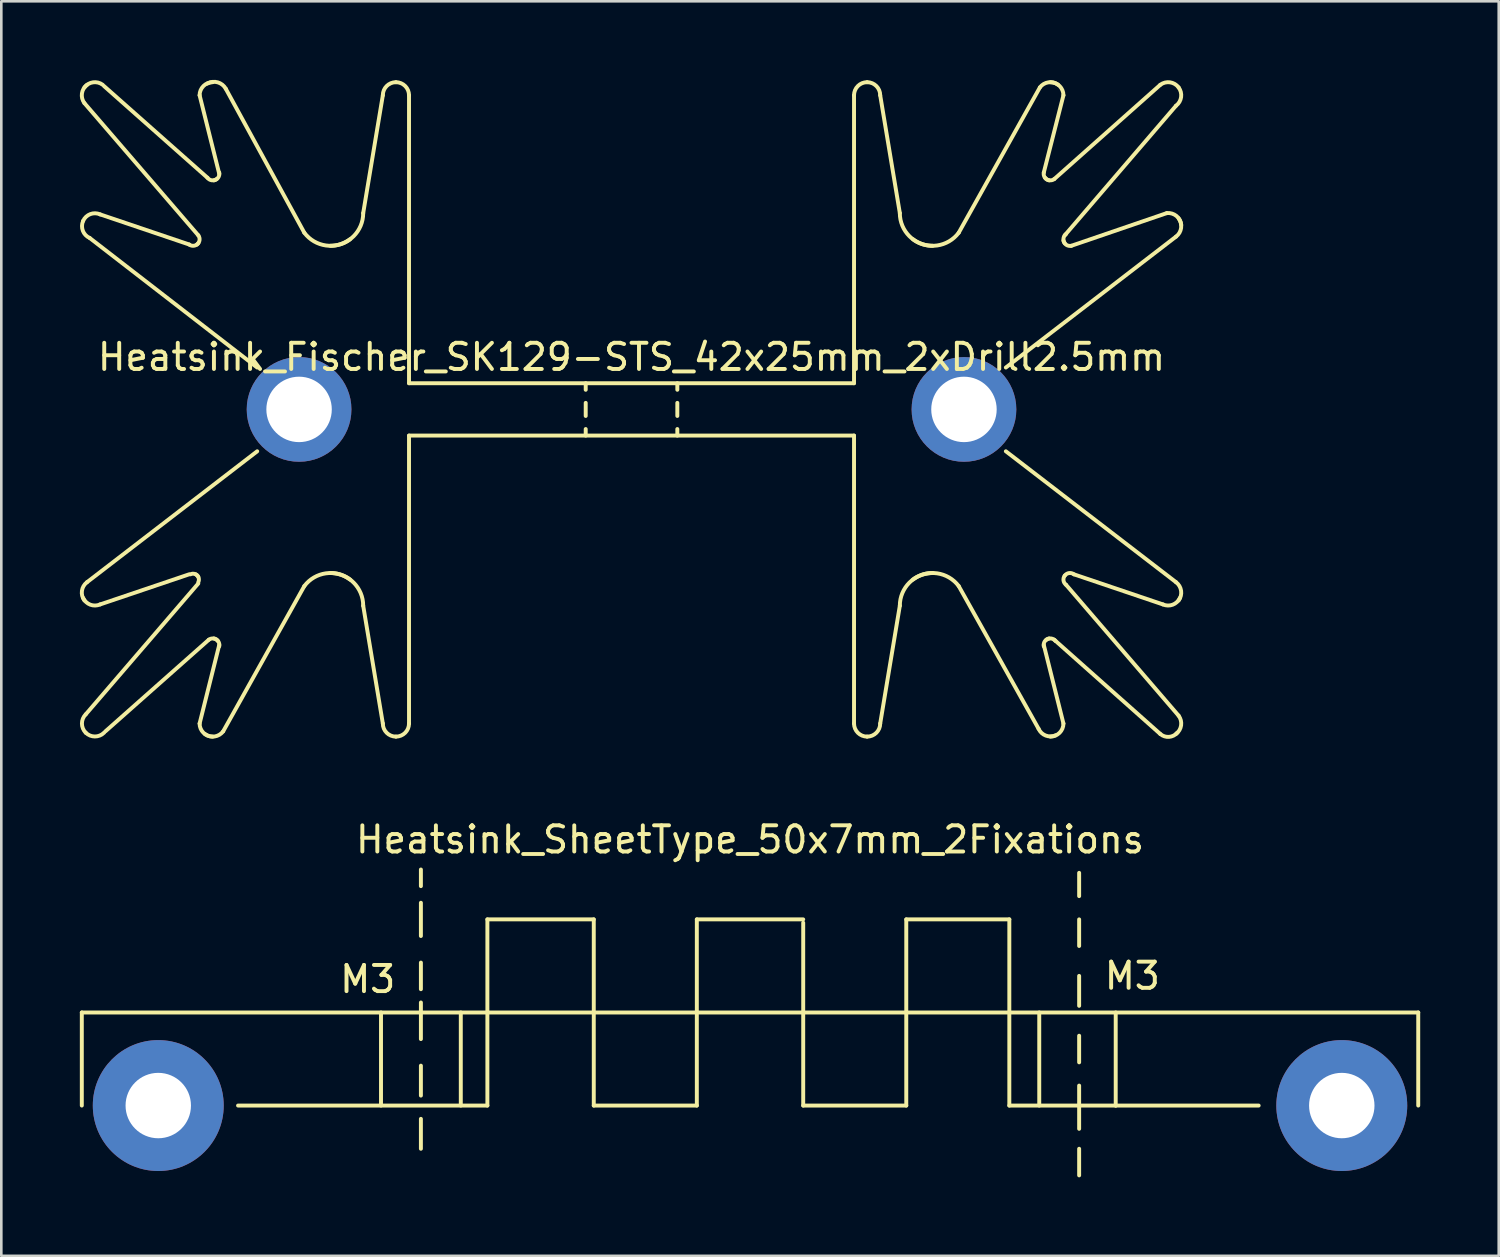
<source format=kicad_pcb>
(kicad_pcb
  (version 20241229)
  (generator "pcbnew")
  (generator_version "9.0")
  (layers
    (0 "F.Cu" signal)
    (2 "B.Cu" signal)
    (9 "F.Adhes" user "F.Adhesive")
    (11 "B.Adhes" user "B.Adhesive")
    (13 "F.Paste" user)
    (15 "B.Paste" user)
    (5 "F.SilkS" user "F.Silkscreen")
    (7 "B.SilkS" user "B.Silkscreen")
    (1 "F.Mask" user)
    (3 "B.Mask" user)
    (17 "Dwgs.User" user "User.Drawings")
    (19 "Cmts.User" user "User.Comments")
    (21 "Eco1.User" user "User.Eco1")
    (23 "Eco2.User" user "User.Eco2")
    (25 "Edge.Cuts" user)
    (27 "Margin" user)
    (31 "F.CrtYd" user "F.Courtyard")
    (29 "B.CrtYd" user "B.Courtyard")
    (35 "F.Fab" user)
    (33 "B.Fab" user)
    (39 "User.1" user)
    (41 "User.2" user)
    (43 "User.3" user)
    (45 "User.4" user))
  (footprint "Heatsink_Fischer_SK129-STS_42x25mm_2xDrill2.5mm"
    (layer "F.Cu")
    (at 21.075 12.59)
    (property "Reference" "Heatsink_Fischer_SK129-STS_42x25mm_2xDrill2.5mm" (at 0 -2 0) (layer "F.SilkS") (effects (font (size 1 1) (thickness 0.15))))
    (attr through_hole)
    (fp_line (start -20.85 11.65) (end -16.55 6.65) (stroke (width 0.15) (type solid)) (layer "F.SilkS"))
    (fp_line (start -20.8 6.6) (end -14.3 1.6) (stroke (width 0.15) (type solid)) (layer "F.SilkS"))
    (fp_line (start -20.7 -6.55) (end -14.3 -1.6) (stroke (width 0.15) (type solid)) (layer "F.SilkS"))
    (fp_line (start -20.3 7.45) (end -16.9 6.3) (stroke (width 0.15) (type solid)) (layer "F.SilkS"))
    (fp_line (start -20.1 12.3) (end -16.15 8.8) (stroke (width 0.15) (type solid)) (layer "F.SilkS"))
    (fp_line (start -16.9 -6.3) (end -20.3 -7.45) (stroke (width 0.15) (type solid)) (layer "F.SilkS"))
    (fp_line (start -16.55 -6.65) (end -20.9 -11.7) (stroke (width 0.15) (type solid)) (layer "F.SilkS"))
    (fp_line (start -16.5 12) (end -15.75 9) (stroke (width 0.15) (type solid)) (layer "F.SilkS"))
    (fp_line (start -16.2 -8.85) (end -20.15 -12.35) (stroke (width 0.15) (type solid)) (layer "F.SilkS"))
    (fp_line (start -15.75 -9) (end -16.5 -12) (stroke (width 0.15) (type solid)) (layer "F.SilkS"))
    (fp_line (start -15.6 12.3) (end -12.5 6.75) (stroke (width 0.15) (type solid)) (layer "F.SilkS"))
    (fp_line (start -15.5 -12.25) (end -12.5 -6.75) (stroke (width 0.15) (type solid)) (layer "F.SilkS"))
    (fp_line (start -10.25 7.5) (end -9.5 12) (stroke (width 0.15) (type solid)) (layer "F.SilkS"))
    (fp_line (start -9.5 -12) (end -10.25 -7.5) (stroke (width 0.15) (type solid)) (layer "F.SilkS"))
    (fp_line (start -8.5 -12) (end -8.5 -1) (stroke (width 0.15) (type solid)) (layer "F.SilkS"))
    (fp_line (start -8.5 -1) (end 8.5 -1) (stroke (width 0.15) (type solid)) (layer "F.SilkS"))
    (fp_line (start -8.5 12) (end -8.5 1) (stroke (width 0.15) (type solid)) (layer "F.SilkS"))
    (fp_line (start -1.75 -1) (end -1.75 -0.75) (stroke (width 0.15) (type solid)) (layer "F.SilkS"))
    (fp_line (start -1.75 -0.25) (end -1.75 0.25) (stroke (width 0.15) (type solid)) (layer "F.SilkS"))
    (fp_line (start -1.75 1) (end -1.75 0.75) (stroke (width 0.15) (type solid)) (layer "F.SilkS"))
    (fp_line (start 1.75 -1) (end 1.75 -0.75) (stroke (width 0.15) (type solid)) (layer "F.SilkS"))
    (fp_line (start 1.75 -0.25) (end 1.75 0.25) (stroke (width 0.15) (type solid)) (layer "F.SilkS"))
    (fp_line (start 1.75 0.75) (end 1.75 1) (stroke (width 0.15) (type solid)) (layer "F.SilkS"))
    (fp_line (start 8.5 -12) (end 8.5 -1) (stroke (width 0.15) (type solid)) (layer "F.SilkS"))
    (fp_line (start 8.5 1) (end -8.5 1) (stroke (width 0.15) (type solid)) (layer "F.SilkS"))
    (fp_line (start 8.5 12) (end 8.5 1) (stroke (width 0.15) (type solid)) (layer "F.SilkS"))
    (fp_line (start 9.5 -12) (end 10.25 -7.5) (stroke (width 0.15) (type solid)) (layer "F.SilkS"))
    (fp_line (start 10.25 7.5) (end 9.5 12) (stroke (width 0.15) (type solid)) (layer "F.SilkS"))
    (fp_line (start 12.5 -6.75) (end 15.6 -12.3) (stroke (width 0.15) (type solid)) (layer "F.SilkS"))
    (fp_line (start 15.55 12.2) (end 12.5 6.75) (stroke (width 0.15) (type solid)) (layer "F.SilkS"))
    (fp_line (start 16.15 -8.8) (end 20.2 -12.4) (stroke (width 0.15) (type solid)) (layer "F.SilkS"))
    (fp_line (start 16.15 8.8) (end 20.2 12.4) (stroke (width 0.15) (type solid)) (layer "F.SilkS"))
    (fp_line (start 16.5 -12) (end 15.75 -9.05) (stroke (width 0.15) (type solid)) (layer "F.SilkS"))
    (fp_line (start 16.5 12) (end 15.75 9) (stroke (width 0.15) (type solid)) (layer "F.SilkS"))
    (fp_line (start 16.55 -6.65) (end 20.8 -11.6) (stroke (width 0.15) (type solid)) (layer "F.SilkS"))
    (fp_line (start 16.6 6.7) (end 20.9 11.7) (stroke (width 0.15) (type solid)) (layer "F.SilkS"))
    (fp_line (start 16.8 -6.25) (end 20.45 -7.5) (stroke (width 0.15) (type solid)) (layer "F.SilkS"))
    (fp_line (start 16.9 6.3) (end 20.3 7.45) (stroke (width 0.15) (type solid)) (layer "F.SilkS"))
    (fp_line (start 20.8 -6.6) (end 14.3 -1.6) (stroke (width 0.15) (type solid)) (layer "F.SilkS"))
    (fp_line (start 20.8 6.6) (end 14.3 1.6) (stroke (width 0.15) (type solid)) (layer "F.SilkS"))
    (fp_arc (start -20.95 -7.2) (mid -20.676777 -7.459619) (end -20.3 -7.45) (stroke (width 0.15) (type solid)) (layer "F.SilkS"))
    (fp_arc (start -20.9 -12.3) (mid -20.570711 -12.494975) (end -20.2 -12.4) (stroke (width 0.15) (type solid)) (layer "F.SilkS"))
    (fp_arc (start -20.9 -11.7) (mid -20.994975 -12.070711) (end -20.8 -12.4) (stroke (width 0.15) (type solid)) (layer "F.SilkS"))
    (fp_arc (start -20.9 7.3) (mid -20.994975 6.929289) (end -20.8 6.6) (stroke (width 0.15) (type solid)) (layer "F.SilkS"))
    (fp_arc (start -20.85 12.35) (mid -20.994975 12) (end -20.85 11.65) (stroke (width 0.15) (type solid)) (layer "F.SilkS"))
    (fp_arc (start -20.7 -6.55) (mid -20.959619 -6.823223) (end -20.95 -7.2) (stroke (width 0.15) (type solid)) (layer "F.SilkS"))
    (fp_arc (start -20.3 7.45) (mid -20.676777 7.459619) (end -20.95 7.2) (stroke (width 0.15) (type solid)) (layer "F.SilkS"))
    (fp_arc (start -20.15 12.35) (mid -20.5 12.494975) (end -20.85 12.35) (stroke (width 0.15) (type solid)) (layer "F.SilkS"))
    (fp_arc (start -16.85 6.3) (mid -16.679289 6.287868) (end -16.55 6.4) (stroke (width 0.15) (type solid)) (layer "F.SilkS"))
    (fp_arc (start -16.65 6.3) (mid -16.537868 6.429289) (end -16.55 6.6) (stroke (width 0.15) (type solid)) (layer "F.SilkS"))
    (fp_arc (start -16.55 -6.65) (mid -16.502513 -6.464645) (end -16.6 -6.3) (stroke (width 0.15) (type solid)) (layer "F.SilkS"))
    (fp_arc (start -16.55 -6.35) (mid -16.714645 -6.252513) (end -16.9 -6.3) (stroke (width 0.15) (type solid)) (layer "F.SilkS"))
    (fp_arc (start -16.5 -12) (mid -16.353553 -12.353553) (end -16 -12.5) (stroke (width 0.15) (type solid)) (layer "F.SilkS"))
    (fp_arc (start -16.2 -12.45) (mid -15.808579 -12.494975) (end -15.5 -12.25) (stroke (width 0.15) (type solid)) (layer "F.SilkS"))
    (fp_arc (start -16.15 8.8) (mid -15.964645 8.752513) (end -15.8 8.85) (stroke (width 0.15) (type solid)) (layer "F.SilkS"))
    (fp_arc (start -16 12.5) (mid -16.353553 12.353553) (end -16.5 12) (stroke (width 0.15) (type solid)) (layer "F.SilkS"))
    (fp_arc (start -15.95 8.75) (mid -15.787868 8.858579) (end -15.75 9.05) (stroke (width 0.15) (type solid)) (layer "F.SilkS"))
    (fp_arc (start -15.85 -8.8) (mid -16.035355 -8.752513) (end -16.2 -8.85) (stroke (width 0.15) (type solid)) (layer "F.SilkS"))
    (fp_arc (start -15.75 -9.05) (mid -15.787868 -8.858579) (end -15.95 -8.75) (stroke (width 0.15) (type solid)) (layer "F.SilkS"))
    (fp_arc (start -15.6 12.3) (mid -15.929289 12.494975) (end -16.3 12.4) (stroke (width 0.15) (type solid)) (layer "F.SilkS"))
    (fp_arc (start -12.5 6.75) (mid -11.676777 6.262563) (end -10.75 6.5) (stroke (width 0.15) (type solid)) (layer "F.SilkS"))
    (fp_arc (start -11.5 6.25) (mid -10.616117 6.616117) (end -10.25 7.5) (stroke (width 0.15) (type solid)) (layer "F.SilkS"))
    (fp_arc (start -10.75 -6.5) (mid -11.676777 -6.262563) (end -12.5 -6.75) (stroke (width 0.15) (type solid)) (layer "F.SilkS"))
    (fp_arc (start -10.25 -7.5) (mid -10.616117 -6.616117) (end -11.5 -6.25) (stroke (width 0.15) (type solid)) (layer "F.SilkS"))
    (fp_arc (start -9.5 -12) (mid -9.353553 -12.353553) (end -9 -12.5) (stroke (width 0.15) (type solid)) (layer "F.SilkS"))
    (fp_arc (start -9 -12.5) (mid -8.646447 -12.353553) (end -8.5 -12) (stroke (width 0.15) (type solid)) (layer "F.SilkS"))
    (fp_arc (start -9 12.5) (mid -9.353553 12.353553) (end -9.5 12) (stroke (width 0.15) (type solid)) (layer "F.SilkS"))
    (fp_arc (start -8.5 12) (mid -8.646447 12.353553) (end -9 12.5) (stroke (width 0.15) (type solid)) (layer "F.SilkS"))
    (fp_arc (start 8.5 -12) (mid 8.646447 -12.353553) (end 9 -12.5) (stroke (width 0.15) (type solid)) (layer "F.SilkS"))
    (fp_arc (start 9 -12.5) (mid 9.353553 -12.353553) (end 9.5 -12) (stroke (width 0.15) (type solid)) (layer "F.SilkS"))
    (fp_arc (start 9 12.5) (mid 8.646447 12.353553) (end 8.5 12) (stroke (width 0.15) (type solid)) (layer "F.SilkS"))
    (fp_arc (start 9.5 12) (mid 9.353553 12.353553) (end 9 12.5) (stroke (width 0.15) (type solid)) (layer "F.SilkS"))
    (fp_arc (start 10.25 7.5) (mid 10.616117 6.616117) (end 11.5 6.25) (stroke (width 0.15) (type solid)) (layer "F.SilkS"))
    (fp_arc (start 10.75 6.5) (mid 11.676777 6.262563) (end 12.5 6.75) (stroke (width 0.15) (type solid)) (layer "F.SilkS"))
    (fp_arc (start 11.5 -6.25) (mid 10.616117 -6.616117) (end 10.25 -7.5) (stroke (width 0.15) (type solid)) (layer "F.SilkS"))
    (fp_arc (start 12.5 -6.75) (mid 11.676777 -6.262563) (end 10.75 -6.5) (stroke (width 0.15) (type solid)) (layer "F.SilkS"))
    (fp_arc (start 15.6 -12.3) (mid 15.929289 -12.494975) (end 16.3 -12.4) (stroke (width 0.15) (type solid)) (layer "F.SilkS"))
    (fp_arc (start 15.75 9.05) (mid 15.787868 8.858579) (end 15.95 8.75) (stroke (width 0.15) (type solid)) (layer "F.SilkS"))
    (fp_arc (start 15.85 8.8) (mid 16.035355 8.752513) (end 16.2 8.85) (stroke (width 0.15) (type solid)) (layer "F.SilkS"))
    (fp_arc (start 15.95 -8.75) (mid 15.787868 -8.858579) (end 15.75 -9.05) (stroke (width 0.15) (type solid)) (layer "F.SilkS"))
    (fp_arc (start 16 -12.5) (mid 16.353553 -12.353553) (end 16.5 -12) (stroke (width 0.15) (type solid)) (layer "F.SilkS"))
    (fp_arc (start 16.15 -8.8) (mid 15.964645 -8.752513) (end 15.8 -8.85) (stroke (width 0.15) (type solid)) (layer "F.SilkS"))
    (fp_arc (start 16.2 12.45) (mid 15.823223 12.459619) (end 15.55 12.2) (stroke (width 0.15) (type solid)) (layer "F.SilkS"))
    (fp_arc (start 16.5 12) (mid 16.353553 12.353553) (end 16 12.5) (stroke (width 0.15) (type solid)) (layer "F.SilkS"))
    (fp_arc (start 16.55 -6.35) (mid 16.502513 -6.535355) (end 16.6 -6.7) (stroke (width 0.15) (type solid)) (layer "F.SilkS"))
    (fp_arc (start 16.55 6.35) (mid 16.714645 6.252513) (end 16.9 6.3) (stroke (width 0.15) (type solid)) (layer "F.SilkS"))
    (fp_arc (start 16.6 6.7) (mid 16.502513 6.535355) (end 16.55 6.35) (stroke (width 0.15) (type solid)) (layer "F.SilkS"))
    (fp_arc (start 16.8 -6.25) (mid 16.608579 -6.287868) (end 16.5 -6.45) (stroke (width 0.15) (type solid)) (layer "F.SilkS"))
    (fp_arc (start 20.2 -12.4) (mid 20.570711 -12.494975) (end 20.9 -12.3) (stroke (width 0.15) (type solid)) (layer "F.SilkS"))
    (fp_arc (start 20.45 -7.5) (mid 20.818198 -7.388909) (end 21 -7.05) (stroke (width 0.15) (type solid)) (layer "F.SilkS"))
    (fp_arc (start 20.8 6.6) (mid 20.994975 6.929289) (end 20.9 7.3) (stroke (width 0.15) (type solid)) (layer "F.SilkS"))
    (fp_arc (start 20.85 12.35) (mid 20.535355 12.509619) (end 20.2 12.4) (stroke (width 0.15) (type solid)) (layer "F.SilkS"))
    (fp_arc (start 20.9 -12.3) (mid 20.994975 -11.929289) (end 20.8 -11.6) (stroke (width 0.15) (type solid)) (layer "F.SilkS"))
    (fp_arc (start 20.9 -7.3) (mid 20.994975 -6.929289) (end 20.8 -6.6) (stroke (width 0.15) (type solid)) (layer "F.SilkS"))
    (fp_arc (start 20.9 11.7) (mid 20.994975 12.070711) (end 20.8 12.4) (stroke (width 0.15) (type solid)) (layer "F.SilkS"))
    (fp_arc (start 20.95 7.2) (mid 20.676777 7.459619) (end 20.3 7.45) (stroke (width 0.15) (type solid)) (layer "F.SilkS"))
    (pad "1" thru_hole circle (at -12.7 0) (size 4 4) (drill 2.5) (layers "*.Cu" "*.Mask"))
    (pad "1" thru_hole circle (at 12.7 0) (size 4 4) (drill 2.5) (layers "*.Cu" "*.Mask")))
  (footprint "Heatsink_SheetType_50x7mm_2Fixations"
    (layer "F.Cu")
    (at 25.602 39.184)
    (property "Reference" "Heatsink_SheetType_50x7mm_2Fixations" (at 0 -10.16 0) (layer "F.SilkS") (effects (font (size 1 1) (thickness 0.15))))
    (attr through_hole)
    (fp_line (start -25.527 -3.556) (end -25.527 0) (stroke (width 0.15) (type solid)) (layer "F.SilkS"))
    (fp_line (start -14.097 -3.556) (end -14.097 0) (stroke (width 0.15) (type solid)) (layer "F.SilkS"))
    (fp_line (start -12.573 -9.017) (end -12.573 -8.382) (stroke (width 0.15) (type solid)) (layer "F.SilkS"))
    (fp_line (start -12.573 -7.747) (end -12.573 -6.477) (stroke (width 0.15) (type solid)) (layer "F.SilkS"))
    (fp_line (start -12.573 -5.461) (end -12.573 -4.445) (stroke (width 0.15) (type solid)) (layer "F.SilkS"))
    (fp_line (start -12.573 -3.937) (end -12.573 -2.54) (stroke (width 0.15) (type solid)) (layer "F.SilkS"))
    (fp_line (start -12.573 -1.524) (end -12.573 -0.381) (stroke (width 0.15) (type solid)) (layer "F.SilkS"))
    (fp_line (start -12.573 0.508) (end -12.573 1.651) (stroke (width 0.15) (type solid)) (layer "F.SilkS"))
    (fp_line (start -11.049 -3.556) (end -11.049 0) (stroke (width 0.15) (type solid)) (layer "F.SilkS"))
    (fp_line (start -10.033 -7.112) (end -10.033 0) (stroke (width 0.15) (type solid)) (layer "F.SilkS"))
    (fp_line (start -10.033 0) (end -19.558 0) (stroke (width 0.15) (type solid)) (layer "F.SilkS"))
    (fp_line (start -5.969 -7.112) (end -10.033 -7.112) (stroke (width 0.15) (type solid)) (layer "F.SilkS"))
    (fp_line (start -5.969 -7.112) (end -5.969 0) (stroke (width 0.15) (type solid)) (layer "F.SilkS"))
    (fp_line (start -2.032 -7.112) (end -2.032 0) (stroke (width 0.15) (type solid)) (layer "F.SilkS"))
    (fp_line (start -2.032 0) (end -5.969 0) (stroke (width 0.15) (type solid)) (layer "F.SilkS"))
    (fp_line (start 2.032 -7.112) (end -2.032 -7.112) (stroke (width 0.15) (type solid)) (layer "F.SilkS"))
    (fp_line (start 2.032 -6.985) (end 2.032 0) (stroke (width 0.15) (type solid)) (layer "F.SilkS"))
    (fp_line (start 5.969 -7.112) (end 5.969 0) (stroke (width 0.15) (type solid)) (layer "F.SilkS"))
    (fp_line (start 5.969 0) (end 2.032 0) (stroke (width 0.15) (type solid)) (layer "F.SilkS"))
    (fp_line (start 9.906 -7.112) (end 5.969 -7.112) (stroke (width 0.15) (type solid)) (layer "F.SilkS"))
    (fp_line (start 9.906 -7.112) (end 9.906 0) (stroke (width 0.15) (type solid)) (layer "F.SilkS"))
    (fp_line (start 11.049 -3.556) (end 11.049 0) (stroke (width 0.15) (type solid)) (layer "F.SilkS"))
    (fp_line (start 12.573 -8.89) (end 12.573 -8.001) (stroke (width 0.15) (type solid)) (layer "F.SilkS"))
    (fp_line (start 12.573 -7.112) (end 12.573 -6.096) (stroke (width 0.15) (type solid)) (layer "F.SilkS"))
    (fp_line (start 12.573 -4.953) (end 12.573 -3.81) (stroke (width 0.15) (type solid)) (layer "F.SilkS"))
    (fp_line (start 12.573 -2.667) (end 12.573 -1.651) (stroke (width 0.15) (type solid)) (layer "F.SilkS"))
    (fp_line (start 12.573 -0.762) (end 12.573 0.889) (stroke (width 0.15) (type solid)) (layer "F.SilkS"))
    (fp_line (start 12.573 1.651) (end 12.573 2.667) (stroke (width 0.15) (type solid)) (layer "F.SilkS"))
    (fp_line (start 13.97 -3.556) (end 13.97 0) (stroke (width 0.15) (type solid)) (layer "F.SilkS"))
    (fp_line (start 13.97 0) (end 9.906 0) (stroke (width 0.15) (type solid)) (layer "F.SilkS"))
    (fp_line (start 13.97 0) (end 19.431 0) (stroke (width 0.15) (type solid)) (layer "F.SilkS"))
    (fp_line (start 25.527 -3.556) (end -25.527 -3.556) (stroke (width 0.15) (type solid)) (layer "F.SilkS"))
    (fp_line (start 25.527 0) (end 25.527 -3.556) (stroke (width 0.15) (type solid)) (layer "F.SilkS"))
    (fp_text user "M3" (at -14.605 -4.826 0) (layer "F.SilkS") (effects (font (size 1 1) (thickness 0.15))))
    (fp_text user "M3" (at 14.605 -4.953 0) (layer "F.SilkS") (effects (font (size 1 1) (thickness 0.15))))
    (pad "1" thru_hole circle (at -22.606 0) (size 5.001 5.001) (drill 2.499) (layers "*.Cu" "*.Mask"))
    (pad "1" thru_hole circle (at 22.606 0) (size 5.001 5.001) (drill 2.499) (layers "*.Cu" "*.Mask")))
  (gr_rect
    (start -3 -3)
    (end 54.204 44.926)
    (stroke (width 0.1) (type default))
    (fill no)
    (layer "Edge.Cuts")))
</source>
